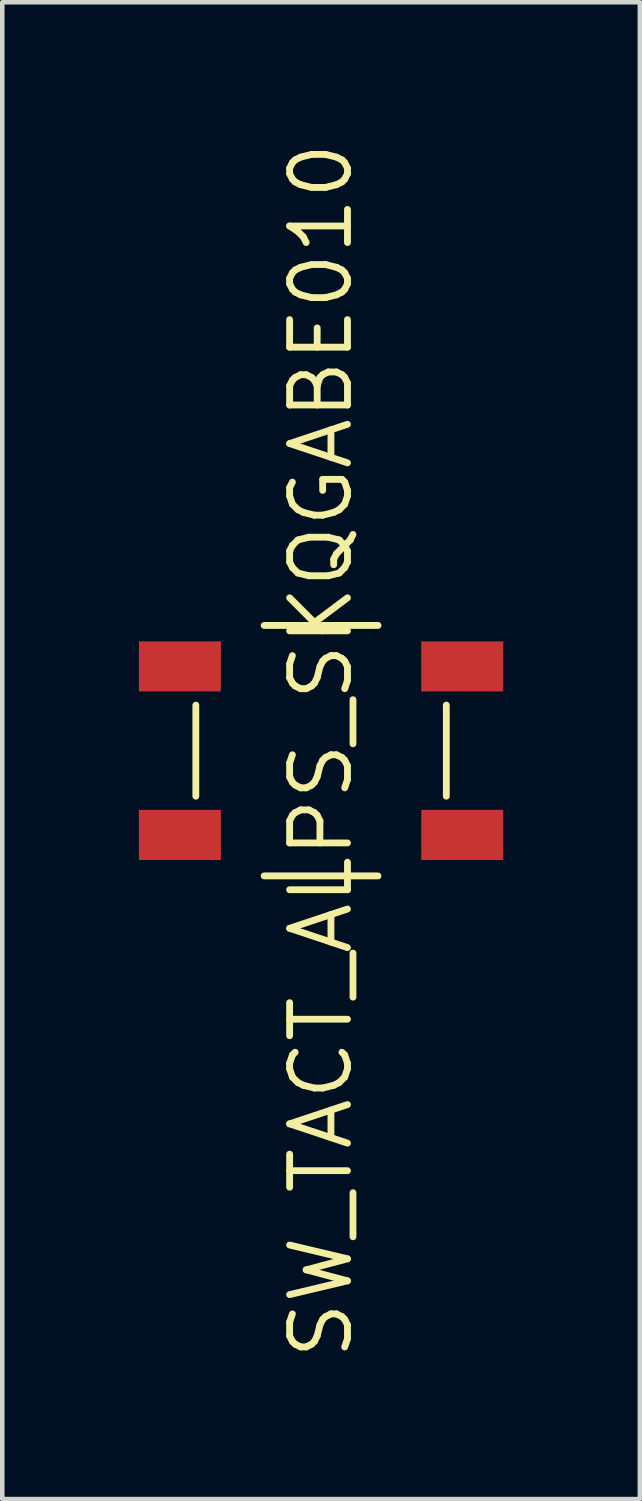
<source format=kicad_pcb>
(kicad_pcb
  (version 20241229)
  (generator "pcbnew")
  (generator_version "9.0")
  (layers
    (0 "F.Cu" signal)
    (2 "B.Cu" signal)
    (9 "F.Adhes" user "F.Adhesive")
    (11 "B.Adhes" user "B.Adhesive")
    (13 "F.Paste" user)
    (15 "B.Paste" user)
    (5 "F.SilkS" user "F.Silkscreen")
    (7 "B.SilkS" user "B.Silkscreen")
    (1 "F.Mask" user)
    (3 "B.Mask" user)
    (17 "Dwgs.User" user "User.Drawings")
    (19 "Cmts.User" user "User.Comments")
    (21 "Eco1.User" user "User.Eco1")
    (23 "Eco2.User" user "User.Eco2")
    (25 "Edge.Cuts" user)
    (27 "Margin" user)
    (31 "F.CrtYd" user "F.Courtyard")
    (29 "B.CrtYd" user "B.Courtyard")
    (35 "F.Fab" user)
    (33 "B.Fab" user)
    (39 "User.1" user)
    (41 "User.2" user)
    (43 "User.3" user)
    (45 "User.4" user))
  (footprint "SW_TACT_ALPS_SKQGABE010"
    (layer "F.Cu")
    (at 4 13.433)
    (property "Reference" "SW_TACT_ALPS_SKQGABE010" (at 0 0 270) (layer "F.SilkS") (effects (font (size 1.27 1.27) (thickness 0.15))))
    (attr through_hole)
    (fp_line (start -2.75 -1) (end -2.75 1) (stroke (width 0.15) (type solid)) (layer "F.SilkS"))
    (fp_line (start -1.25 -2.75) (end 1.25 -2.75) (stroke (width 0.15) (type solid)) (layer "F.SilkS"))
    (fp_line (start -1.25 2.75) (end 1.25 2.75) (stroke (width 0.15) (type solid)) (layer "F.SilkS"))
    (fp_line (start 2.75 -1) (end 2.75 1) (stroke (width 0.15) (type solid)) (layer "F.SilkS"))
    (pad "1" smd rect (at -3.1 -1.85) (size 1.8 1.1) (layers "F.Cu" "F.Mask" "F.Paste"))
    (pad "1" smd rect (at 3.1 -1.85) (size 1.8 1.1) (layers "F.Cu" "F.Mask" "F.Paste"))
    (pad "2" smd rect (at -3.1 1.85) (size 1.8 1.1) (layers "F.Cu" "F.Mask" "F.Paste"))
    (pad "2" smd rect (at 3.1 1.85) (size 1.8 1.1) (layers "F.Cu" "F.Mask" "F.Paste")))
  (gr_rect
    (start -3 -3)
    (end 11 29.866)
    (stroke (width 0.1) (type default))
    (fill no)
    (layer "Edge.Cuts")))
</source>
